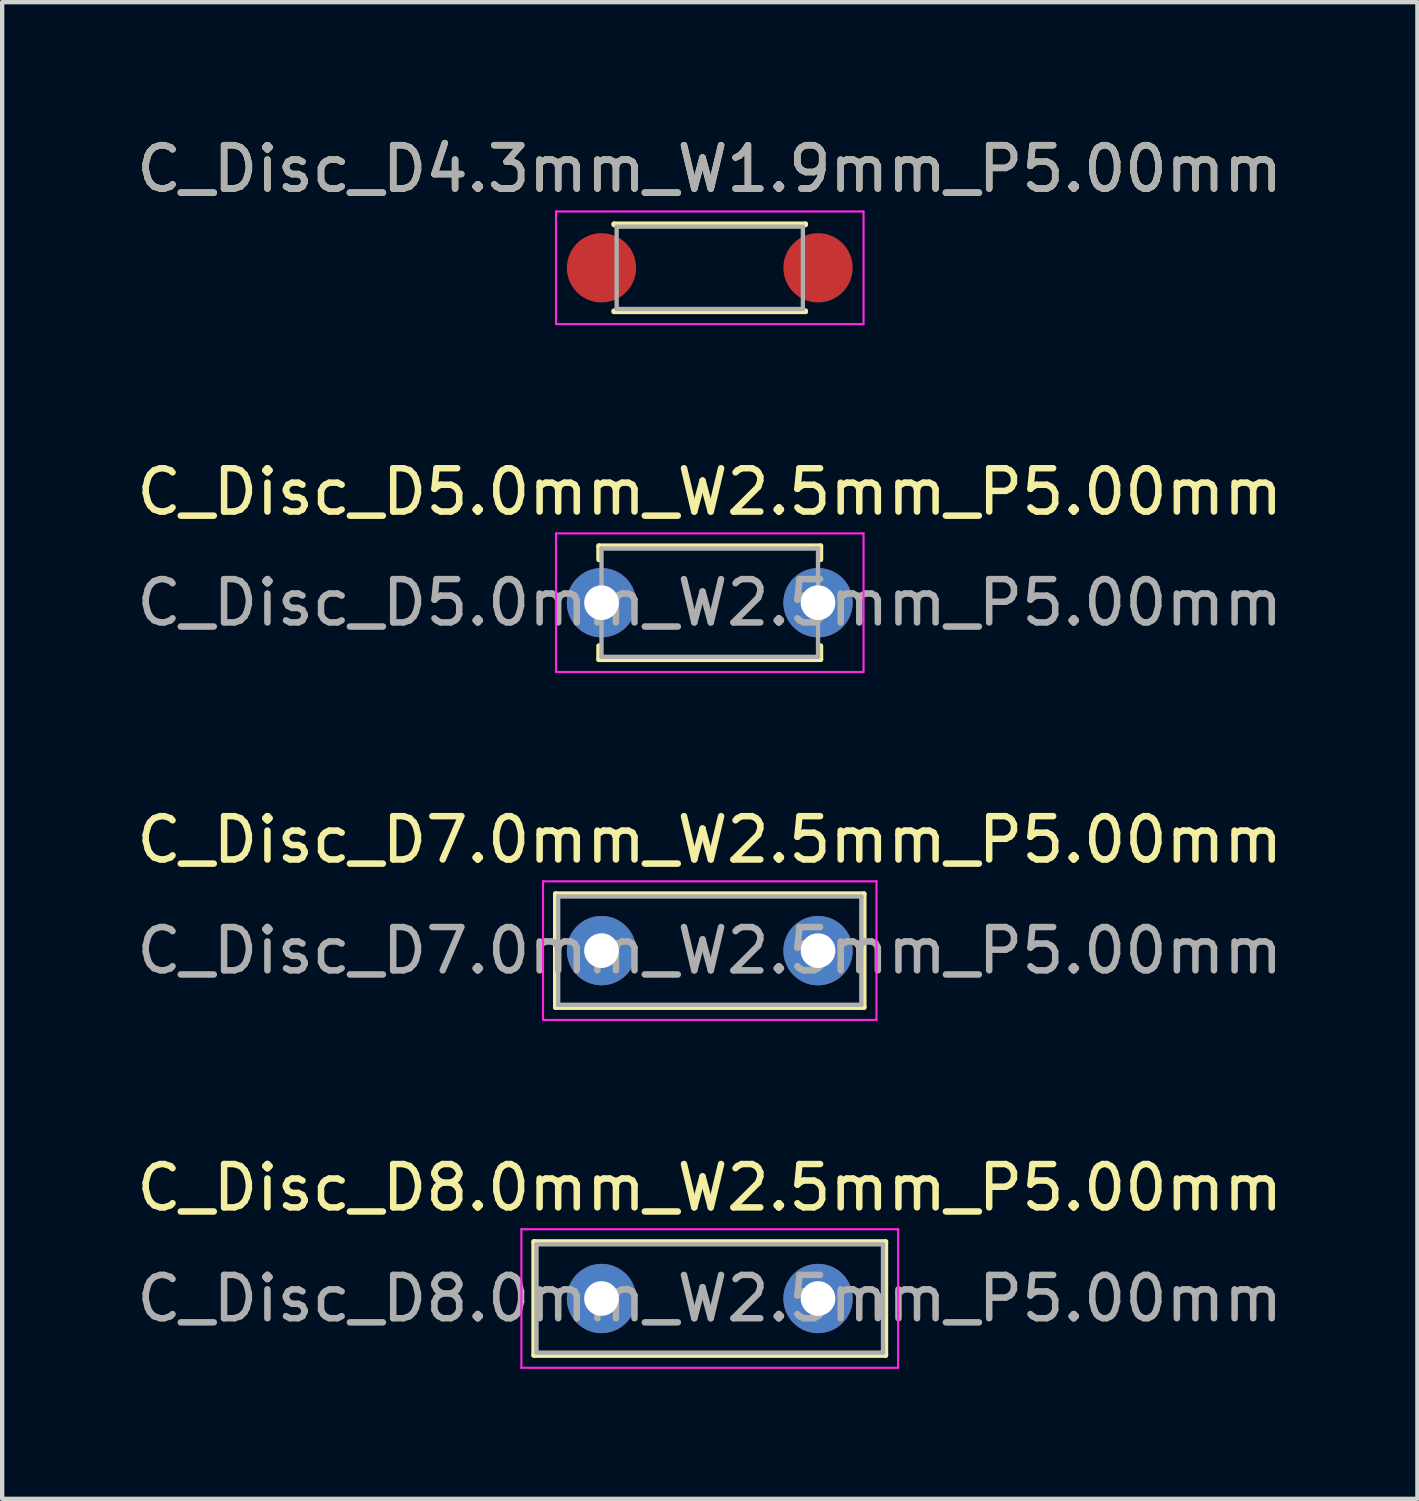
<source format=kicad_pcb>
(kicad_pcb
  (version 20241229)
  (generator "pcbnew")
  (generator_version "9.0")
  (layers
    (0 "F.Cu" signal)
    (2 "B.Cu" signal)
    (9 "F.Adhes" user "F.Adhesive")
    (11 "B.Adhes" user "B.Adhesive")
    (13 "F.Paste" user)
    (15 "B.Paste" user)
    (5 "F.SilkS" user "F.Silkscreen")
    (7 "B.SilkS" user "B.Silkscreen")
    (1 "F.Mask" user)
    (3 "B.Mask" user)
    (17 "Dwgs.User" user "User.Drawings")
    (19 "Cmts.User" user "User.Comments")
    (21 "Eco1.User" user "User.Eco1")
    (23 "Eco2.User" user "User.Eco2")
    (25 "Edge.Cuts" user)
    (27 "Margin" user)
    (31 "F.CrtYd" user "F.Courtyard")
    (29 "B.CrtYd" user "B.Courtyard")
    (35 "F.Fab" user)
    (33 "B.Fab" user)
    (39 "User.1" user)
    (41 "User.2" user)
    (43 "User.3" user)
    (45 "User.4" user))
  (footprint "C_Disc_D4.3mm_W1.9mm_P5.00mm"
    (layer "F.Cu")
    (at 10.839 3.134)
    (property "Reference" "C_Disc_D4.3mm_W1.9mm_P5.00mm" (at 2.5 -2.286 0) (layer "F.SilkS") (effects (font (size 1 1) (thickness 0.15))))
    (attr through_hole)
    (fp_line (start 0.29 -1.01) (end 0.29 -0.996) (stroke (width 0.12) (type solid)) (layer "F.SilkS"))
    (fp_line (start 0.29 -1.01) (end 4.71 -1.01) (stroke (width 0.12) (type solid)) (layer "F.SilkS"))
    (fp_line (start 0.29 0.996) (end 0.29 1.01) (stroke (width 0.12) (type solid)) (layer "F.SilkS"))
    (fp_line (start 0.29 1.01) (end 4.71 1.01) (stroke (width 0.12) (type solid)) (layer "F.SilkS"))
    (fp_line (start 4.71 -1.01) (end 4.71 -0.996) (stroke (width 0.12) (type solid)) (layer "F.SilkS"))
    (fp_line (start 4.71 0.996) (end 4.71 1.01) (stroke (width 0.12) (type solid)) (layer "F.SilkS"))
    (fp_line (start -1.05 -1.3) (end -1.05 1.3) (stroke (width 0.05) (type solid)) (layer "F.CrtYd"))
    (fp_line (start -1.05 1.3) (end 6.05 1.3) (stroke (width 0.05) (type solid)) (layer "F.CrtYd"))
    (fp_line (start 6.05 -1.3) (end -1.05 -1.3) (stroke (width 0.05) (type solid)) (layer "F.CrtYd"))
    (fp_line (start 6.05 1.3) (end 6.05 -1.3) (stroke (width 0.05) (type solid)) (layer "F.CrtYd"))
    (fp_line (start 0.35 -0.95) (end 0.35 0.95) (stroke (width 0.1) (type solid)) (layer "F.Fab"))
    (fp_line (start 0.35 0.95) (end 4.65 0.95) (stroke (width 0.1) (type solid)) (layer "F.Fab"))
    (fp_line (start 4.65 -0.95) (end 0.35 -0.95) (stroke (width 0.1) (type solid)) (layer "F.Fab"))
    (fp_line (start 4.65 0.95) (end 4.65 -0.95) (stroke (width 0.1) (type solid)) (layer "F.Fab"))
    (fp_text user "${REFERENCE}" (at 2.5 -2.286 0) (layer "F.Fab") (effects (font (size 1 1) (thickness 0.15))))
    (pad "1" smd circle (at 0 0) (size 1.6 1.6) (layers "F.Cu" "F.Mask" "F.Paste"))
    (pad "2" smd circle (at 5 0) (size 1.6 1.6) (layers "F.Cu" "F.Mask" "F.Paste")))
  (footprint "C_Disc_D7.0mm_W2.5mm_P5.00mm"
    (layer "F.Cu")
    (at 10.839 18.901)
    (property "Reference" "C_Disc_D7.0mm_W2.5mm_P5.00mm" (at 2.5 -2.56 0) (layer "F.SilkS") (effects (font (size 1 1) (thickness 0.15))))
    (attr through_hole)
    (fp_line (start -1.06 -1.31) (end -1.06 1.31) (stroke (width 0.12) (type solid)) (layer "F.SilkS"))
    (fp_line (start -1.06 -1.31) (end 6.06 -1.31) (stroke (width 0.12) (type solid)) (layer "F.SilkS"))
    (fp_line (start -1.06 1.31) (end 6.06 1.31) (stroke (width 0.12) (type solid)) (layer "F.SilkS"))
    (fp_line (start 6.06 -1.31) (end 6.06 1.31) (stroke (width 0.12) (type solid)) (layer "F.SilkS"))
    (fp_line (start -1.35 -1.6) (end -1.35 1.6) (stroke (width 0.05) (type solid)) (layer "F.CrtYd"))
    (fp_line (start -1.35 1.6) (end 6.35 1.6) (stroke (width 0.05) (type solid)) (layer "F.CrtYd"))
    (fp_line (start 6.35 -1.6) (end -1.35 -1.6) (stroke (width 0.05) (type solid)) (layer "F.CrtYd"))
    (fp_line (start 6.35 1.6) (end 6.35 -1.6) (stroke (width 0.05) (type solid)) (layer "F.CrtYd"))
    (fp_line (start -1 -1.25) (end -1 1.25) (stroke (width 0.1) (type solid)) (layer "F.Fab"))
    (fp_line (start -1 1.25) (end 6 1.25) (stroke (width 0.1) (type solid)) (layer "F.Fab"))
    (fp_line (start 6 -1.25) (end -1 -1.25) (stroke (width 0.1) (type solid)) (layer "F.Fab"))
    (fp_line (start 6 1.25) (end 6 -1.25) (stroke (width 0.1) (type solid)) (layer "F.Fab"))
    (fp_text user "${REFERENCE}" (at 2.5 0 0) (layer "F.Fab") (effects (font (size 1 1) (thickness 0.15))))
    (pad "1" thru_hole circle (at 0 0) (size 1.6 1.6) (drill 0.8) (layers "*.Cu" "*.Mask"))
    (pad "2" thru_hole circle (at 5 0) (size 1.6 1.6) (drill 0.8) (layers "*.Cu" "*.Mask")))
  (footprint "C_Disc_D5.0mm_W2.5mm_P5.00mm"
    (layer "F.Cu")
    (at 10.839 10.867)
    (property "Reference" "C_Disc_D5.0mm_W2.5mm_P5.00mm" (at 2.5 -2.56 0) (layer "F.SilkS") (effects (font (size 1 1) (thickness 0.15))))
    (attr through_hole)
    (fp_line (start -0.06 -1.31) (end -0.06 -0.996) (stroke (width 0.12) (type solid)) (layer "F.SilkS"))
    (fp_line (start -0.06 -1.31) (end 5.06 -1.31) (stroke (width 0.12) (type solid)) (layer "F.SilkS"))
    (fp_line (start -0.06 0.996) (end -0.06 1.31) (stroke (width 0.12) (type solid)) (layer "F.SilkS"))
    (fp_line (start -0.06 1.31) (end 5.06 1.31) (stroke (width 0.12) (type solid)) (layer "F.SilkS"))
    (fp_line (start 5.06 -1.31) (end 5.06 -0.996) (stroke (width 0.12) (type solid)) (layer "F.SilkS"))
    (fp_line (start 5.06 0.996) (end 5.06 1.31) (stroke (width 0.12) (type solid)) (layer "F.SilkS"))
    (fp_line (start -1.05 -1.6) (end -1.05 1.6) (stroke (width 0.05) (type solid)) (layer "F.CrtYd"))
    (fp_line (start -1.05 1.6) (end 6.05 1.6) (stroke (width 0.05) (type solid)) (layer "F.CrtYd"))
    (fp_line (start 6.05 -1.6) (end -1.05 -1.6) (stroke (width 0.05) (type solid)) (layer "F.CrtYd"))
    (fp_line (start 6.05 1.6) (end 6.05 -1.6) (stroke (width 0.05) (type solid)) (layer "F.CrtYd"))
    (fp_line (start 0 -1.25) (end 0 1.25) (stroke (width 0.1) (type solid)) (layer "F.Fab"))
    (fp_line (start 0 1.25) (end 5 1.25) (stroke (width 0.1) (type solid)) (layer "F.Fab"))
    (fp_line (start 5 -1.25) (end 0 -1.25) (stroke (width 0.1) (type solid)) (layer "F.Fab"))
    (fp_line (start 5 1.25) (end 5 -1.25) (stroke (width 0.1) (type solid)) (layer "F.Fab"))
    (fp_text user "${REFERENCE}" (at 2.5 0 0) (layer "F.Fab") (effects (font (size 1 1) (thickness 0.15))))
    (pad "1" thru_hole circle (at 0 0) (size 1.6 1.6) (drill 0.8) (layers "*.Cu" "*.Mask"))
    (pad "2" thru_hole circle (at 5 0) (size 1.6 1.6) (drill 0.8) (layers "*.Cu" "*.Mask")))
  (footprint "C_Disc_D8.0mm_W2.5mm_P5.00mm"
    (layer "F.Cu")
    (at 10.839 26.934)
    (property "Reference" "C_Disc_D8.0mm_W2.5mm_P5.00mm" (at 2.5 -2.56 0) (layer "F.SilkS") (effects (font (size 1 1) (thickness 0.15))))
    (attr through_hole)
    (fp_line (start -1.56 -1.31) (end -1.56 1.31) (stroke (width 0.12) (type solid)) (layer "F.SilkS"))
    (fp_line (start -1.56 -1.31) (end 6.56 -1.31) (stroke (width 0.12) (type solid)) (layer "F.SilkS"))
    (fp_line (start -1.56 1.31) (end 6.56 1.31) (stroke (width 0.12) (type solid)) (layer "F.SilkS"))
    (fp_line (start 6.56 -1.31) (end 6.56 1.31) (stroke (width 0.12) (type solid)) (layer "F.SilkS"))
    (fp_line (start -1.85 -1.6) (end -1.85 1.6) (stroke (width 0.05) (type solid)) (layer "F.CrtYd"))
    (fp_line (start -1.85 1.6) (end 6.85 1.6) (stroke (width 0.05) (type solid)) (layer "F.CrtYd"))
    (fp_line (start 6.85 -1.6) (end -1.85 -1.6) (stroke (width 0.05) (type solid)) (layer "F.CrtYd"))
    (fp_line (start 6.85 1.6) (end 6.85 -1.6) (stroke (width 0.05) (type solid)) (layer "F.CrtYd"))
    (fp_line (start -1.5 -1.25) (end -1.5 1.25) (stroke (width 0.1) (type solid)) (layer "F.Fab"))
    (fp_line (start -1.5 1.25) (end 6.5 1.25) (stroke (width 0.1) (type solid)) (layer "F.Fab"))
    (fp_line (start 6.5 -1.25) (end -1.5 -1.25) (stroke (width 0.1) (type solid)) (layer "F.Fab"))
    (fp_line (start 6.5 1.25) (end 6.5 -1.25) (stroke (width 0.1) (type solid)) (layer "F.Fab"))
    (fp_text user "${REFERENCE}" (at 2.5 0 0) (layer "F.Fab") (effects (font (size 1 1) (thickness 0.15))))
    (pad "1" thru_hole circle (at 0 0) (size 1.6 1.6) (drill 0.8) (layers "*.Cu" "*.Mask"))
    (pad "2" thru_hole circle (at 5 0) (size 1.6 1.6) (drill 0.8) (layers "*.Cu" "*.Mask")))
  (gr_rect
    (start -3 -3)
    (end 29.679 31.559)
    (stroke (width 0.1) (type default))
    (fill no)
    (layer "Edge.Cuts")))
</source>
